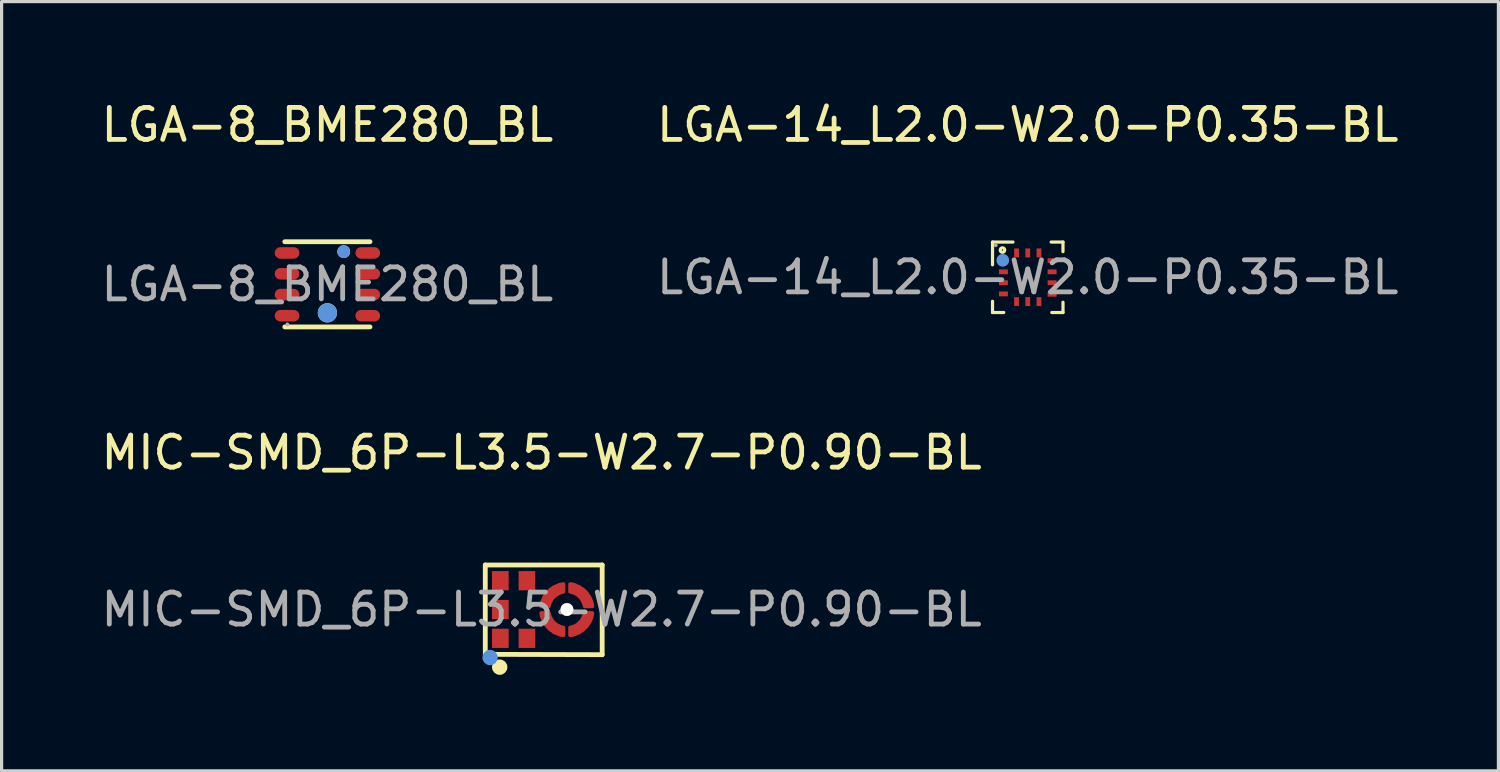
<source format=kicad_pcb>
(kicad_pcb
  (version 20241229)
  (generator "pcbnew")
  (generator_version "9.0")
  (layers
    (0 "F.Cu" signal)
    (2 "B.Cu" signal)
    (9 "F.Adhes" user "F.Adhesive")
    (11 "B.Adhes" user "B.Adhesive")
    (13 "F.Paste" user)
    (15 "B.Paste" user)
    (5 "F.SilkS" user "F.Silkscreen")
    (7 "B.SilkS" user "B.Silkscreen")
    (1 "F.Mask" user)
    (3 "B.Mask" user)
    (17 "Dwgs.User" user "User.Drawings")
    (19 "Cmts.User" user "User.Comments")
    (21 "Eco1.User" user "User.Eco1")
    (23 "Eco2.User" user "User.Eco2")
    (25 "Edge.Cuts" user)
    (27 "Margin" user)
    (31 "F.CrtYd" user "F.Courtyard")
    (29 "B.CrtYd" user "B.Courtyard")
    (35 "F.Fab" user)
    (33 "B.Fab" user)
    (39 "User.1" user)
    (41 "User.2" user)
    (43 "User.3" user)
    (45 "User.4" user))
  (footprint "LGA-8_BME280_BL"
    (layer "F.Cu")
    (at 7.173 5.828)
    (property "Reference" "LGA-8_BME280_BL" (at 0 -4.98 0) (layer "F.SilkS") (effects (font (size 1 1) (thickness 0.15))))
    (attr smd)
    (fp_line (start 1.33 -1.33) (end -1.33 -1.33) (stroke (width 0.15) (type solid)) (layer "F.SilkS"))
    (fp_line (start 1.33 1.33) (end -1.33 1.33) (stroke (width 0.15) (type solid)) (layer "F.SilkS"))
    (fp_circle (center 0 0.89) (end 0.15 0.89) (stroke (width 0.3) (type solid)) (fill no) (layer "F.SilkS"))
    (fp_circle (center 0.51 -1.02) (end 0.61 -1.02) (stroke (width 0.2) (type solid)) (fill no) (layer "F.SilkS"))
    (fp_circle (center 0 0.89) (end 0.15 0.89) (stroke (width 0.3) (type solid)) (fill no) (layer "Cmts.User"))
    (fp_circle (center 0.51 -1.02) (end 0.61 -1.02) (stroke (width 0.2) (type solid)) (fill no) (layer "Cmts.User"))
    (fp_circle (center -1.25 1.25) (end -1.22 1.25) (stroke (width 0.06) (type solid)) (fill no) (layer "F.Fab"))
    (fp_text user "${REFERENCE}" (at 0 0 0) (layer "F.Fab") (effects (font (size 1 1) (thickness 0.15))))
    (pad "1" smd oval (at 1.26 -0.98 90) (size 0.36 0.77) (layers "F.Cu" "F.Mask" "F.Paste"))
    (pad "2" smd oval (at 1.26 -0.33 90) (size 0.36 0.77) (layers "F.Cu" "F.Mask" "F.Paste"))
    (pad "3" smd oval (at 1.26 0.32 90) (size 0.36 0.77) (layers "F.Cu" "F.Mask" "F.Paste"))
    (pad "4" smd oval (at 1.26 0.98 90) (size 0.36 0.77) (layers "F.Cu" "F.Mask" "F.Paste"))
    (pad "5" smd oval (at -1.26 0.98 90) (size 0.36 0.77) (layers "F.Cu" "F.Mask" "F.Paste"))
    (pad "6" smd oval (at -1.26 0.32 90) (size 0.36 0.77) (layers "F.Cu" "F.Mask" "F.Paste"))
    (pad "7" smd oval (at -1.26 -0.33 90) (size 0.36 0.77) (layers "F.Cu" "F.Mask" "F.Paste"))
    (pad "8" smd oval (at -1.26 -0.98 90) (size 0.36 0.77) (layers "F.Cu" "F.Mask" "F.Paste")))
  (footprint "MIC-SMD_6P-L3.5-W2.7-P0.90-BL"
    (layer "F.Cu")
    (at 13.863 15.982)
    (property "Reference" "MIC-SMD_6P-L3.5-W2.7-P0.90-BL" (at 0 -4.9 0) (layer "F.SilkS") (effects (font (size 1 1) (thickness 0.15))))
    (attr smd)
    (fp_line (start -1.76 -1.39) (end -1.76 1.41) (stroke (width 0.15) (type solid)) (layer "F.SilkS"))
    (fp_line (start -1.76 -1.39) (end 1.89 -1.39) (stroke (width 0.15) (type solid)) (layer "F.SilkS"))
    (fp_line (start 1.89 -1.39) (end 1.89 1.41) (stroke (width 0.15) (type solid)) (layer "F.SilkS"))
    (fp_line (start 1.89 1.41) (end -1.71 1.4) (stroke (width 0.15) (type solid)) (layer "F.SilkS"))
    (fp_circle (center -1.31 1.8) (end -1.19 1.8) (stroke (width 0.24) (type solid)) (fill no) (layer "F.SilkS"))
    (fp_circle (center -1.61 1.5) (end -1.49 1.5) (stroke (width 0.24) (type solid)) (fill no) (layer "Cmts.User"))
    (fp_circle (center -1.67 1.32) (end -1.64 1.32) (stroke (width 0.06) (type solid)) (fill no) (layer "F.Fab"))
    (fp_text user "${REFERENCE}" (at 0 0 0) (layer "F.Fab") (effects (font (size 1 1) (thickness 0.15))))
    (pad "" thru_hole circle (at 0.79 0) (size 0.4 0.4) (drill 0.4) (layers "*.Cu" "*.Mask"))
    (pad "1" smd rect (at -1.29 0.9 90) (size 0.6 0.52) (layers "F.Cu" "F.Mask" "F.Paste"))
    (pad "2" smd rect (at -0.46 0.9 90) (size 0.6 0.52) (layers "F.Cu" "F.Mask" "F.Paste"))
    (pad "3" smd custom (at 0.28 0.45) (size 0.01 0.01) (layers "F.Cu" "F.Mask" "F.Paste") (options (anchor circle)) (primitives (gr_poly (pts (xy 0.41 0.36) (xy 0.41 0.11) (xy 0.37 0.1) (xy 0.34 0.09) (xy 0.31 0.08) (xy 0.28 0.07) (xy 0.25 0.05) (xy 0.22 0.04) (xy 0.19 0.02) (xy 0.16 0) (xy 0.13 -0.02) (xy 0.11 -0.05) (xy 0.08 -0.07) (xy 0.06 -0.1) (xy 0.04 -0.13) (xy 0.02 -0.16) (xy 0.01 -0.19) (xy -0.01 -0.22) (xy -0.02 -0.25) (xy -0.03 -0.28) (xy -0.04 -0.31) (xy -0.05 -0.35) (xy -0.3 -0.35) (xy -0.3 -0.31) (xy -0.29 -0.26) (xy -0.28 -0.22) (xy -0.26 -0.18) (xy -0.25 -0.15) (xy -0.23 -0.11) (xy -0.22 -0.07) (xy -0.2 -0.03) (xy -0.17 0) (xy -0.15 0.04) (xy -0.12 0.07) (xy -0.1 0.1) (xy -0.07 0.13) (xy -0.04 0.16) (xy -0.01 0.19) (xy 0.03 0.21) (xy 0.06 0.23) (xy 0.09 0.26) (xy 0.13 0.28) (xy 0.17 0.29) (xy 0.21 0.31) (xy 0.25 0.33) (xy 0.28 0.34) (xy 0.33 0.35) (xy 0.37 0.36) (xy 0.41 0.36)) (width 0.1) (fill yes))))
    (pad "3" smd custom (at 0.33 -0.51) (size 0.01 0.01) (layers "F.Cu" "F.Mask" "F.Paste") (options (anchor circle)) (primitives (gr_poly (pts (xy -0.35 0.42) (xy -0.1 0.42) (xy -0.09 0.38) (xy -0.08 0.35) (xy -0.07 0.32) (xy -0.06 0.29) (xy -0.04 0.26) (xy -0.03 0.23) (xy -0.01 0.2) (xy 0.01 0.17) (xy 0.03 0.14) (xy 0.06 0.12) (xy 0.08 0.09) (xy 0.11 0.07) (xy 0.14 0.05) (xy 0.17 0.03) (xy 0.2 0.02) (xy 0.23 0) (xy 0.26 -0.01) (xy 0.29 -0.02) (xy 0.32 -0.03) (xy 0.36 -0.04) (xy 0.36 -0.29) (xy 0.32 -0.29) (xy 0.28 -0.28) (xy 0.23 -0.27) (xy 0.2 -0.26) (xy 0.16 -0.24) (xy 0.12 -0.22) (xy 0.08 -0.21) (xy 0.04 -0.19) (xy 0.01 -0.16) (xy -0.02 -0.14) (xy -0.06 -0.12) (xy -0.09 -0.09) (xy -0.12 -0.06) (xy -0.15 -0.03) (xy -0.17 0) (xy -0.2 0.03) (xy -0.22 0.07) (xy -0.25 0.1) (xy -0.27 0.14) (xy -0.28 0.18) (xy -0.3 0.22) (xy -0.31 0.25) (xy -0.33 0.29) (xy -0.34 0.33) (xy -0.35 0.38) (xy -0.35 0.42)) (width 0.1) (fill yes))))
    (pad "3" smd custom (at 1.23 0.51) (size 0.01 0.01) (layers "F.Cu" "F.Mask" "F.Paste") (options (anchor circle)) (primitives (gr_poly (pts (xy 0.36 -0.41) (xy 0.11 -0.41) (xy 0.1 -0.37) (xy 0.09 -0.34) (xy 0.08 -0.31) (xy 0.07 -0.28) (xy 0.05 -0.25) (xy 0.04 -0.22) (xy 0.02 -0.19) (xy 0 -0.16) (xy -0.02 -0.13) (xy -0.05 -0.11) (xy -0.07 -0.08) (xy -0.1 -0.06) (xy -0.13 -0.04) (xy -0.15 -0.02) (xy -0.18 -0.01) (xy -0.22 0.01) (xy -0.25 0.02) (xy -0.28 0.03) (xy -0.31 0.04) (xy -0.35 0.05) (xy -0.35 0.3) (xy -0.3 0.3) (xy -0.26 0.29) (xy -0.22 0.28) (xy -0.18 0.27) (xy -0.15 0.25) (xy -0.11 0.23) (xy -0.07 0.22) (xy -0.03 0.2) (xy 0 0.17) (xy 0.04 0.15) (xy 0.07 0.13) (xy 0.1 0.1) (xy 0.13 0.07) (xy 0.16 0.04) (xy 0.19 0.01) (xy 0.21 -0.02) (xy 0.23 -0.06) (xy 0.26 -0.09) (xy 0.28 -0.13) (xy 0.3 -0.17) (xy 0.31 -0.21) (xy 0.33 -0.24) (xy 0.34 -0.28) (xy 0.35 -0.32) (xy 0.36 -0.37) (xy 0.36 -0.41)) (width 0.1) (fill yes))))
    (pad "3" smd custom (at 1.29 -0.45) (size 0.01 0.01) (layers "F.Cu" "F.Mask" "F.Paste") (options (anchor circle)) (primitives (gr_poly (pts (xy -0.41 -0.35) (xy -0.41 -0.1) (xy -0.37 -0.09) (xy -0.34 -0.08) (xy -0.31 -0.07) (xy -0.28 -0.06) (xy -0.24 -0.04) (xy -0.21 -0.03) (xy -0.19 -0.01) (xy -0.16 0.01) (xy -0.13 0.03) (xy -0.11 0.06) (xy -0.08 0.08) (xy -0.06 0.11) (xy -0.04 0.14) (xy -0.02 0.17) (xy -0.01 0.2) (xy 0.01 0.23) (xy 0.02 0.26) (xy 0.03 0.29) (xy 0.04 0.32) (xy 0.05 0.36) (xy 0.3 0.36) (xy 0.3 0.32) (xy 0.29 0.27) (xy 0.28 0.23) (xy 0.27 0.19) (xy 0.25 0.16) (xy 0.24 0.12) (xy 0.22 0.08) (xy 0.2 0.04) (xy 0.17 0.01) (xy 0.15 -0.03) (xy 0.13 -0.06) (xy 0.1 -0.09) (xy 0.07 -0.12) (xy 0.04 -0.15) (xy 0.01 -0.18) (xy -0.02 -0.2) (xy -0.06 -0.22) (xy -0.09 -0.25) (xy -0.13 -0.27) (xy -0.17 -0.28) (xy -0.21 -0.3) (xy -0.24 -0.32) (xy -0.28 -0.33) (xy -0.32 -0.34) (xy -0.36 -0.35) (xy -0.41 -0.35)) (width 0.1) (fill yes))))
    (pad "4" smd rect (at -0.46 -0.9 90) (size 0.6 0.52) (layers "F.Cu" "F.Mask" "F.Paste"))
    (pad "5" smd rect (at -1.29 -0.9 90) (size 0.6 0.52) (layers "F.Cu" "F.Mask" "F.Paste"))
    (pad "6" smd rect (at -1.29 0 90) (size 0.6 0.52) (layers "F.Cu" "F.Mask" "F.Paste")))
  (footprint "LGA-14_L2.0-W2.0-P0.35-BL"
    (layer "F.Cu")
    (at 29.042 5.608)
    (property "Reference" "LGA-14_L2.0-W2.0-P0.35-BL" (at 0 -4.76 0) (layer "F.SilkS") (effects (font (size 1 1) (thickness 0.15))))
    (attr smd)
    (fp_line (start -1.1 -1.1) (end -1.1 -0.39) (stroke (width 0.1) (type solid)) (layer "F.SilkS"))
    (fp_line (start -1.1 1.1) (end -1.1 0.75) (stroke (width 0.1) (type solid)) (layer "F.SilkS"))
    (fp_line (start -0.75 1.1) (end -1.1 1.1) (stroke (width 0.1) (type solid)) (layer "F.SilkS"))
    (fp_line (start -0.46 -1.1) (end -1.1 -1.1) (stroke (width 0.1) (type solid)) (layer "F.SilkS"))
    (fp_line (start 0.73 -1.1) (end 1.1 -1.1) (stroke (width 0.1) (type solid)) (layer "F.SilkS"))
    (fp_line (start 0.75 1.1) (end 1.1 1.1) (stroke (width 0.1) (type solid)) (layer "F.SilkS"))
    (fp_line (start 1.1 -1.1) (end 1.1 -0.8) (stroke (width 0.1) (type solid)) (layer "F.SilkS"))
    (fp_line (start 1.1 1.1) (end 1.1 0.78) (stroke (width 0.1) (type solid)) (layer "F.SilkS"))
    (fp_circle (center -0.79 -0.85) (end -0.72 -0.85) (stroke (width 0.1) (type solid)) (fill no) (layer "F.SilkS"))
    (fp_circle (center -0.78 -0.53) (end -0.68 -0.53) (stroke (width 0.2) (type solid)) (fill no) (layer "Cmts.User"))
    (fp_circle (center -1 -1) (end -0.97 -1) (stroke (width 0.06) (type solid)) (fill no) (layer "F.Fab"))
    (fp_text user "${REFERENCE}" (at 0 0 0) (layer "F.Fab") (effects (font (size 1 1) (thickness 0.15))))
    (pad "1" smd rect (at -0.76 -0.52 270) (size 0.15 0.28) (layers "F.Cu" "F.Mask" "F.Paste"))
    (pad "2" smd rect (at -0.76 -0.17 270) (size 0.15 0.28) (layers "F.Cu" "F.Mask" "F.Paste"))
    (pad "3" smd rect (at -0.76 0.17 270) (size 0.15 0.28) (layers "F.Cu" "F.Mask" "F.Paste"))
    (pad "4" smd rect (at -0.76 0.52 270) (size 0.15 0.28) (layers "F.Cu" "F.Mask" "F.Paste"))
    (pad "5" smd rect (at -0.35 0.76 270) (size 0.28 0.15) (layers "F.Cu" "F.Mask" "F.Paste"))
    (pad "6" smd rect (at 0 0.76 270) (size 0.28 0.15) (layers "F.Cu" "F.Mask" "F.Paste"))
    (pad "7" smd rect (at 0.35 0.76 270) (size 0.28 0.15) (layers "F.Cu" "F.Mask" "F.Paste"))
    (pad "8" smd rect (at 0.76 0.53 270) (size 0.15 0.28) (layers "F.Cu" "F.Mask" "F.Paste"))
    (pad "9" smd rect (at 0.76 0.17 270) (size 0.15 0.28) (layers "F.Cu" "F.Mask" "F.Paste"))
    (pad "10" smd rect (at 0.76 -0.17 270) (size 0.15 0.28) (layers "F.Cu" "F.Mask" "F.Paste"))
    (pad "11" smd rect (at 0.76 -0.52 270) (size 0.15 0.28) (layers "F.Cu" "F.Mask" "F.Paste"))
    (pad "12" smd rect (at 0.35 -0.76 270) (size 0.28 0.15) (layers "F.Cu" "F.Mask" "F.Paste"))
    (pad "13" smd rect (at 0 -0.76 270) (size 0.28 0.15) (layers "F.Cu" "F.Mask" "F.Paste"))
    (pad "14" smd rect (at -0.35 -0.76 270) (size 0.28 0.15) (layers "F.Cu" "F.Mask" "F.Paste")))
  (gr_rect
    (start -3 -3)
    (end 43.738 21.021)
    (stroke (width 0.1) (type default))
    (fill no)
    (layer "Edge.Cuts")))
</source>
